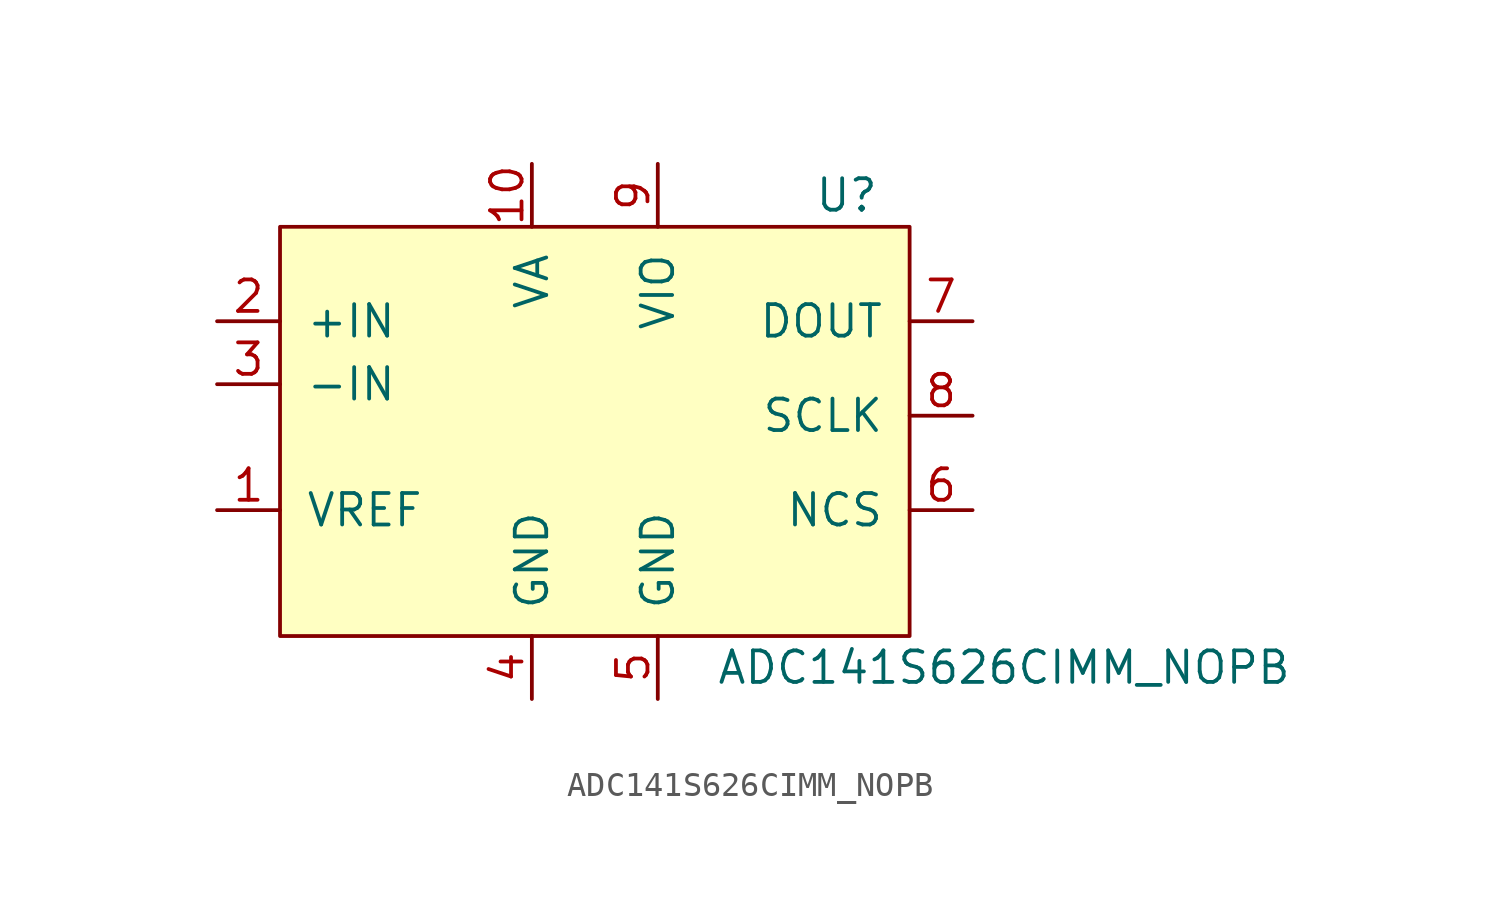
<source format=kicad_sym>
(kicad_symbol_lib
  (version 20231120)
  (generator "kicad_symbol_editor")
  (generator_version "8.0")
  (symbol "ADC141S626CIMM_NOPB"
    (pin_names
      (offset 1.016))
    (property "Reference" "U"
      (at 10.16 10.16 0)
      (effects (font (size 1.27 1.27))))
    (property "Value" "ADC141S626CIMM_NOPB"
      (at 16.51 -8.89 0)
      (effects (font (size 1.27 1.27))))
    (symbol "ADC141S626CIMM_NOPB_0_0"
      (pin input line (at -15.24 -2.54 0) (length 2.54) (name "VREF" (effects (font (size 1.27 1.27)))) (number "1" (effects (font (size 1.27 1.27)))))
      (pin power_in line (at -2.54 11.43 270) (length 2.54) (name "VA" (effects (font (size 1.27 1.27)))) (number "10" (effects (font (size 1.27 1.27)))))
      (pin input line (at -15.24 5.08 0) (length 2.54) (name "+IN" (effects (font (size 1.27 1.27)))) (number "2" (effects (font (size 1.27 1.27)))))
      (pin input line (at -15.24 2.54 0) (length 2.54) (name "-IN" (effects (font (size 1.27 1.27)))) (number "3" (effects (font (size 1.27 1.27)))))
      (pin power_in line (at -2.54 -10.16 90) (length 2.54) (name "GND" (effects (font (size 1.27 1.27)))) (number "4" (effects (font (size 1.27 1.27)))))
      (pin power_in line (at 2.54 -10.16 90) (length 2.54) (name "GND" (effects (font (size 1.27 1.27)))) (number "5" (effects (font (size 1.27 1.27)))))
      (pin input line (at 15.24 -2.54 180) (length 2.54) (name "NCS" (effects (font (size 1.27 1.27)))) (number "6" (effects (font (size 1.27 1.27)))))
      (pin output line (at 15.24 5.08 180) (length 2.54) (name "DOUT" (effects (font (size 1.27 1.27)))) (number "7" (effects (font (size 1.27 1.27)))))
      (pin input line (at 15.24 1.27 180) (length 2.54) (name "SCLK" (effects (font (size 1.27 1.27)))) (number "8" (effects (font (size 1.27 1.27)))))
      (pin power_in line (at 2.54 11.43 270) (length 2.54) (name "VIO" (effects (font (size 1.27 1.27)))) (number "9" (effects (font (size 1.27 1.27))))))
    (symbol "ADC141S626CIMM_NOPB_0_1"
      (rectangle (start -12.7 8.89) (end 12.7 -7.62) (stroke (width 0) (type default)) (fill (type background))))))
</source>
